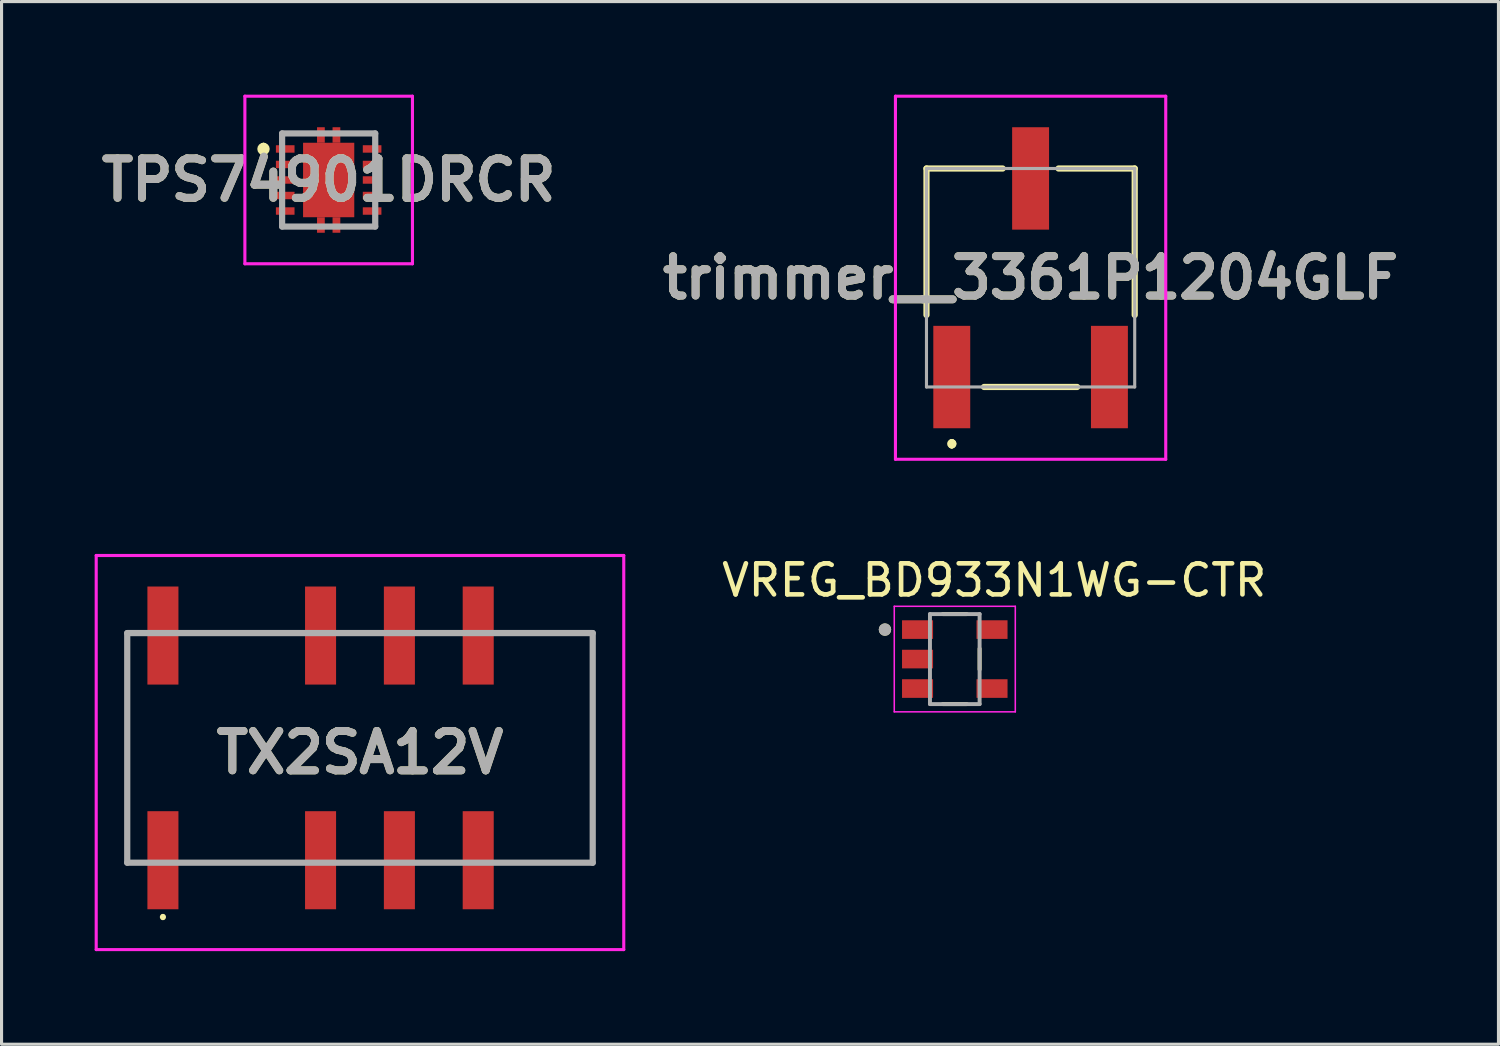
<source format=kicad_pcb>
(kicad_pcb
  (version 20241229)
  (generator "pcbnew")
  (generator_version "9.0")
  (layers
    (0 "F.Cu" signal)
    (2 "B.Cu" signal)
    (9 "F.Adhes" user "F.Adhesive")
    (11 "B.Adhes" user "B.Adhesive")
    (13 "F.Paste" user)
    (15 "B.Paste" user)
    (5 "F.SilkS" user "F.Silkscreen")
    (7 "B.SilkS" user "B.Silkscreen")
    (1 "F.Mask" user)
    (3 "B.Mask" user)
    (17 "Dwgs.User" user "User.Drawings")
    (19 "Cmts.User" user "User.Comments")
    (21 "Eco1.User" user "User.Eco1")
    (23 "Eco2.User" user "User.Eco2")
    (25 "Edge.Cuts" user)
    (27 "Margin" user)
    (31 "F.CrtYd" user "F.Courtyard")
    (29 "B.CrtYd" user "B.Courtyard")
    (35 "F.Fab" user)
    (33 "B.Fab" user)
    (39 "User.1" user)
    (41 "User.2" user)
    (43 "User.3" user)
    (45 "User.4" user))
  (footprint "TX2SA12V"
    (layer "F.Cu")
    (at 8.55 21.05)
    (property "Reference" "TX2SA12V" (at 0 0.15 0) (layer "F.SilkS") (effects (font (size 1.27 1.27) (thickness 0.254))))
    (attr smd)
    (fp_line (start -7.5 -3.5) (end -7.5 -3.7) (stroke (width 0.1) (type solid)) (layer "F.SilkS"))
    (fp_line (start -7.5 3.7) (end -7.5 -3.62) (stroke (width 0.1) (type solid)) (layer "F.SilkS"))
    (fp_line (start -6.35 5.4) (end -6.35 5.4) (stroke (width 0.1) (type solid)) (layer "F.SilkS"))
    (fp_line (start -6.35 5.5) (end -6.35 5.5) (stroke (width 0.1) (type solid)) (layer "F.SilkS"))
    (fp_line (start -2 -3.7) (end -5.5 -3.7) (stroke (width 0.1) (type solid)) (layer "F.SilkS"))
    (fp_line (start -2 3.7) (end -5.5 3.7) (stroke (width 0.1) (type solid)) (layer "F.SilkS"))
    (fp_line (start 5 -3.7) (end 7.5 -3.7) (stroke (width 0.1) (type solid)) (layer "F.SilkS"))
    (fp_line (start 7.5 -3.7) (end 7.5 3.7) (stroke (width 0.1) (type solid)) (layer "F.SilkS"))
    (fp_line (start 7.5 3.7) (end 5 3.7) (stroke (width 0.1) (type solid)) (layer "F.SilkS"))
    (fp_arc (start -6.35 5.4) (mid -6.3 5.45) (end -6.35 5.5) (stroke (width 0.1) (type solid)) (layer "F.SilkS"))
    (fp_arc (start -6.35 5.5) (mid -6.4 5.45) (end -6.35 5.4) (stroke (width 0.1) (type solid)) (layer "F.SilkS"))
    (fp_line (start -8.5 -6.2) (end 8.5 -6.2) (stroke (width 0.1) (type solid)) (layer "F.CrtYd"))
    (fp_line (start -8.5 6.5) (end -8.5 -6.2) (stroke (width 0.1) (type solid)) (layer "F.CrtYd"))
    (fp_line (start 8.5 -6.2) (end 8.5 6.5) (stroke (width 0.1) (type solid)) (layer "F.CrtYd"))
    (fp_line (start 8.5 6.5) (end -8.5 6.5) (stroke (width 0.1) (type solid)) (layer "F.CrtYd"))
    (fp_line (start -7.5 -3.7) (end 7.5 -3.7) (stroke (width 0.2) (type solid)) (layer "F.Fab"))
    (fp_line (start -7.5 3.7) (end -7.5 -3.7) (stroke (width 0.2) (type solid)) (layer "F.Fab"))
    (fp_line (start 7.5 -3.7) (end 7.5 3.7) (stroke (width 0.2) (type solid)) (layer "F.Fab"))
    (fp_line (start 7.5 3.7) (end -7.5 3.7) (stroke (width 0.2) (type solid)) (layer "F.Fab"))
    (fp_text user "${REFERENCE}" (at 0 0.15 0) (layer "F.Fab") (effects (font (size 1.27 1.27) (thickness 0.254))))
    (pad "1" smd rect (at -6.35 3.62) (size 1 3.16) (layers "F.Cu" "F.Mask" "F.Paste"))
    (pad "3" smd rect (at -1.27 3.62) (size 1 3.16) (layers "F.Cu" "F.Mask" "F.Paste"))
    (pad "4" smd rect (at 1.27 3.62) (size 1 3.16) (layers "F.Cu" "F.Mask" "F.Paste"))
    (pad "5" smd rect (at 3.81 3.62) (size 1 3.16) (layers "F.Cu" "F.Mask" "F.Paste"))
    (pad "8" smd rect (at 3.81 -3.62) (size 1 3.16) (layers "F.Cu" "F.Mask" "F.Paste"))
    (pad "9" smd rect (at 1.27 -3.62) (size 1 3.16) (layers "F.Cu" "F.Mask" "F.Paste"))
    (pad "10" smd rect (at -1.27 -3.62) (size 1 3.16) (layers "F.Cu" "F.Mask" "F.Paste"))
    (pad "12" smd rect (at -6.35 -3.62) (size 1 3.16) (layers "F.Cu" "F.Mask" "F.Paste")))
  (footprint "TPS74901DRCR"
    (layer "F.Cu")
    (at 7.541 2.75)
    (property "Reference" "TPS74901DRCR" (at 0 0 0) (layer "F.SilkS") (effects (font (size 1.27 1.27) (thickness 0.254))))
    (attr smd)
    (fp_line (start -2.1 -1.1) (end -2.1 -1.1) (stroke (width 0.2) (type solid)) (layer "F.SilkS"))
    (fp_line (start -2.1 -0.9) (end -2.1 -0.9) (stroke (width 0.2) (type solid)) (layer "F.SilkS"))
    (fp_line (start -1.5 -1.5) (end -0.6 -1.5) (stroke (width 0.1) (type solid)) (layer "F.SilkS"))
    (fp_line (start -1.5 -1.3) (end -1.5 -1.5) (stroke (width 0.1) (type solid)) (layer "F.SilkS"))
    (fp_line (start -1.5 1.3) (end -1.5 1.5) (stroke (width 0.1) (type solid)) (layer "F.SilkS"))
    (fp_line (start -1.5 1.5) (end -0.6 1.5) (stroke (width 0.1) (type solid)) (layer "F.SilkS"))
    (fp_line (start 0.6 -1.5) (end 1.5 -1.5) (stroke (width 0.1) (type solid)) (layer "F.SilkS"))
    (fp_line (start 0.6 1.5) (end 1.5 1.5) (stroke (width 0.1) (type solid)) (layer "F.SilkS"))
    (fp_line (start 1.5 -1.5) (end 1.5 -1.3) (stroke (width 0.1) (type solid)) (layer "F.SilkS"))
    (fp_line (start 1.5 1.5) (end 1.5 1.3) (stroke (width 0.1) (type solid)) (layer "F.SilkS"))
    (fp_arc (start -2.1 -1.1) (mid -2 -1) (end -2.1 -0.9) (stroke (width 0.2) (type solid)) (layer "F.SilkS"))
    (fp_arc (start -2.1 -0.9) (mid -2.2 -1) (end -2.1 -1.1) (stroke (width 0.2) (type solid)) (layer "F.SilkS"))
    (fp_line (start -2.7 -2.7) (end 2.7 -2.7) (stroke (width 0.1) (type solid)) (layer "F.CrtYd"))
    (fp_line (start -2.7 2.7) (end -2.7 -2.7) (stroke (width 0.1) (type solid)) (layer "F.CrtYd"))
    (fp_line (start 2.7 -2.7) (end 2.7 2.7) (stroke (width 0.1) (type solid)) (layer "F.CrtYd"))
    (fp_line (start 2.7 2.7) (end -2.7 2.7) (stroke (width 0.1) (type solid)) (layer "F.CrtYd"))
    (fp_line (start -1.5 -1.5) (end 1.5 -1.5) (stroke (width 0.2) (type solid)) (layer "F.Fab"))
    (fp_line (start -1.5 1.5) (end -1.5 -1.5) (stroke (width 0.2) (type solid)) (layer "F.Fab"))
    (fp_line (start 1.5 -1.5) (end 1.5 1.5) (stroke (width 0.2) (type solid)) (layer "F.Fab"))
    (fp_line (start 1.5 1.5) (end -1.5 1.5) (stroke (width 0.2) (type solid)) (layer "F.Fab"))
    (fp_text user "${REFERENCE}" (at 0 0 0) (layer "F.Fab") (effects (font (size 1.27 1.27) (thickness 0.254))))
    (pad "1" smd rect (at -1.4 -1 90) (size 0.24 0.6) (layers "F.Cu" "F.Mask" "F.Paste"))
    (pad "2" smd rect (at -1.4 -0.5 90) (size 0.24 0.6) (layers "F.Cu" "F.Mask" "F.Paste"))
    (pad "3" smd rect (at -1.4 0 90) (size 0.24 0.6) (layers "F.Cu" "F.Mask" "F.Paste"))
    (pad "4" smd rect (at -1.4 0.5 90) (size 0.24 0.6) (layers "F.Cu" "F.Mask" "F.Paste"))
    (pad "5" smd rect (at -1.4 1 90) (size 0.24 0.6) (layers "F.Cu" "F.Mask" "F.Paste"))
    (pad "6" smd rect (at 1.4 1 90) (size 0.24 0.6) (layers "F.Cu" "F.Mask" "F.Paste"))
    (pad "7" smd rect (at 1.4 0.5 90) (size 0.24 0.6) (layers "F.Cu" "F.Mask" "F.Paste"))
    (pad "8" smd rect (at 1.4 0 90) (size 0.24 0.6) (layers "F.Cu" "F.Mask" "F.Paste"))
    (pad "9" smd rect (at 1.4 -0.5 90) (size 0.24 0.6) (layers "F.Cu" "F.Mask" "F.Paste"))
    (pad "10" smd rect (at 1.4 -1 90) (size 0.24 0.6) (layers "F.Cu" "F.Mask" "F.Paste"))
    (pad "11" smd rect (at 0 0) (size 1.65 2.4) (layers "F.Cu" "F.Mask" "F.Paste"))
    (pad "12" smd rect (at -0.25 -1.45) (size 0.25 0.5) (layers "F.Cu" "F.Mask" "F.Paste"))
    (pad "13" smd rect (at 0.25 -1.45) (size 0.25 0.5) (layers "F.Cu" "F.Mask" "F.Paste"))
    (pad "14" smd rect (at -0.25 1.45) (size 0.25 0.5) (layers "F.Cu" "F.Mask" "F.Paste"))
    (pad "15" smd rect (at 0.25 1.45) (size 0.25 0.5) (layers "F.Cu" "F.Mask" "F.Paste")))
  (footprint "trimmer__3361P1204GLF"
    (layer "F.Cu")
    (at 30.16 5.9)
    (property "Reference" "trimmer__3361P1204GLF" (at 0 0 0) (layer "F.SilkS") (effects (font (size 1.27 1.27) (thickness 0.254))))
    (attr smd)
    (fp_line (start -3.355 -3.52) (end -3.355 1.2) (stroke (width 0.2) (type solid)) (layer "F.SilkS"))
    (fp_line (start -2.54 5.3) (end -2.54 5.3) (stroke (width 0.2) (type solid)) (layer "F.SilkS"))
    (fp_line (start -2.54 5.4) (end -2.54 5.4) (stroke (width 0.2) (type solid)) (layer "F.SilkS"))
    (fp_line (start -2.54 5.4) (end -2.54 5.4) (stroke (width 0.2) (type solid)) (layer "F.SilkS"))
    (fp_line (start -1.5 3.52) (end 1.5 3.52) (stroke (width 0.2) (type solid)) (layer "F.SilkS"))
    (fp_line (start -0.9 -3.52) (end -3.355 -3.52) (stroke (width 0.2) (type solid)) (layer "F.SilkS"))
    (fp_line (start 3.355 -3.52) (end 0.9 -3.52) (stroke (width 0.2) (type solid)) (layer "F.SilkS"))
    (fp_line (start 3.355 1.2) (end 3.355 -3.52) (stroke (width 0.2) (type solid)) (layer "F.SilkS"))
    (fp_arc (start -2.54 5.3) (mid -2.49 5.35) (end -2.54 5.4) (stroke (width 0.2) (type solid)) (layer "F.SilkS"))
    (fp_arc (start -2.54 5.3) (mid -2.49 5.35) (end -2.54 5.4) (stroke (width 0.2) (type solid)) (layer "F.SilkS"))
    (fp_arc (start -2.54 5.4) (mid -2.59 5.35) (end -2.54 5.3) (stroke (width 0.2) (type solid)) (layer "F.SilkS"))
    (fp_line (start -4.355 -5.85) (end 4.355 -5.85) (stroke (width 0.1) (type solid)) (layer "F.CrtYd"))
    (fp_line (start -4.355 5.85) (end -4.355 -5.85) (stroke (width 0.1) (type solid)) (layer "F.CrtYd"))
    (fp_line (start 4.355 -5.85) (end 4.355 5.85) (stroke (width 0.1) (type solid)) (layer "F.CrtYd"))
    (fp_line (start 4.355 5.85) (end -4.355 5.85) (stroke (width 0.1) (type solid)) (layer "F.CrtYd"))
    (fp_line (start -3.355 -3.52) (end -3.355 3.52) (stroke (width 0.1) (type solid)) (layer "F.Fab"))
    (fp_line (start -3.355 3.52) (end 3.355 3.52) (stroke (width 0.1) (type solid)) (layer "F.Fab"))
    (fp_line (start 3.355 -3.52) (end -3.355 -3.52) (stroke (width 0.1) (type solid)) (layer "F.Fab"))
    (fp_line (start 3.355 3.52) (end 3.355 -3.52) (stroke (width 0.1) (type solid)) (layer "F.Fab"))
    (fp_text user "${REFERENCE}" (at 0 0 0) (layer "F.Fab") (effects (font (size 1.27 1.27) (thickness 0.254))))
    (pad "1" smd rect (at -2.54 3.2) (size 1.19 3.3) (layers "F.Cu" "F.Mask" "F.Paste"))
    (pad "2" smd rect (at 0 -3.2) (size 1.19 3.3) (layers "F.Cu" "F.Mask" "F.Paste"))
    (pad "3" smd rect (at 2.54 3.2) (size 1.19 3.3) (layers "F.Cu" "F.Mask" "F.Paste")))
  (footprint "VREG_BD933N1WG-CTR"
    (layer "F.Cu")
    (at 27.717 18.188)
    (property "Reference" "VREG_BD933N1WG-CTR" (at 1.27 -2.54 0) (layer "F.SilkS") (effects (font (size 1 1) (thickness 0.15))))
    (attr smd)
    (fp_line (start -0.385 -1.45) (end 0.385 -1.45) (stroke (width 0.127) (type solid)) (layer "F.SilkS"))
    (fp_line (start -0.385 1.45) (end 0.385 1.45) (stroke (width 0.127) (type solid)) (layer "F.SilkS"))
    (fp_line (start 0.8 -0.335) (end 0.8 0.335) (stroke (width 0.127) (type solid)) (layer "F.SilkS"))
    (fp_circle (center -2.25 -0.95) (end -2.15 -0.95) (stroke (width 0.2) (type solid)) (fill no) (layer "F.SilkS"))
    (fp_line (start -1.95 -1.7) (end -1.95 1.7) (stroke (width 0.05) (type solid)) (layer "F.CrtYd"))
    (fp_line (start -1.95 1.7) (end 1.95 1.7) (stroke (width 0.05) (type solid)) (layer "F.CrtYd"))
    (fp_line (start 1.95 -1.7) (end -1.95 -1.7) (stroke (width 0.05) (type solid)) (layer "F.CrtYd"))
    (fp_line (start 1.95 1.7) (end 1.95 -1.7) (stroke (width 0.05) (type solid)) (layer "F.CrtYd"))
    (fp_line (start -0.8 -1.45) (end 0.8 -1.45) (stroke (width 0.127) (type solid)) (layer "F.Fab"))
    (fp_line (start -0.8 1.45) (end -0.8 -1.45) (stroke (width 0.127) (type solid)) (layer "F.Fab"))
    (fp_line (start 0.8 -1.45) (end 0.8 1.45) (stroke (width 0.127) (type solid)) (layer "F.Fab"))
    (fp_line (start 0.8 1.45) (end -0.8 1.45) (stroke (width 0.127) (type solid)) (layer "F.Fab"))
    (fp_circle (center -2.25 -0.95) (end -2.15 -0.95) (stroke (width 0.2) (type solid)) (fill no) (layer "F.Fab"))
    (pad "1" smd rect (at -1.2 -0.95) (size 1 0.6) (layers "F.Cu" "F.Mask" "F.Paste"))
    (pad "2" smd rect (at -1.2 0) (size 1 0.6) (layers "F.Cu" "F.Mask" "F.Paste"))
    (pad "3" smd rect (at -1.2 0.95) (size 1 0.6) (layers "F.Cu" "F.Mask" "F.Paste"))
    (pad "4" smd rect (at 1.2 0.95) (size 1 0.6) (layers "F.Cu" "F.Mask" "F.Paste"))
    (pad "5" smd rect (at 1.2 -0.95) (size 1 0.6) (layers "F.Cu" "F.Mask" "F.Paste")))
  (gr_rect
    (start -3 -3)
    (end 45.237 30.6)
    (stroke (width 0.1) (type default))
    (fill no)
    (layer "Edge.Cuts")))
</source>
